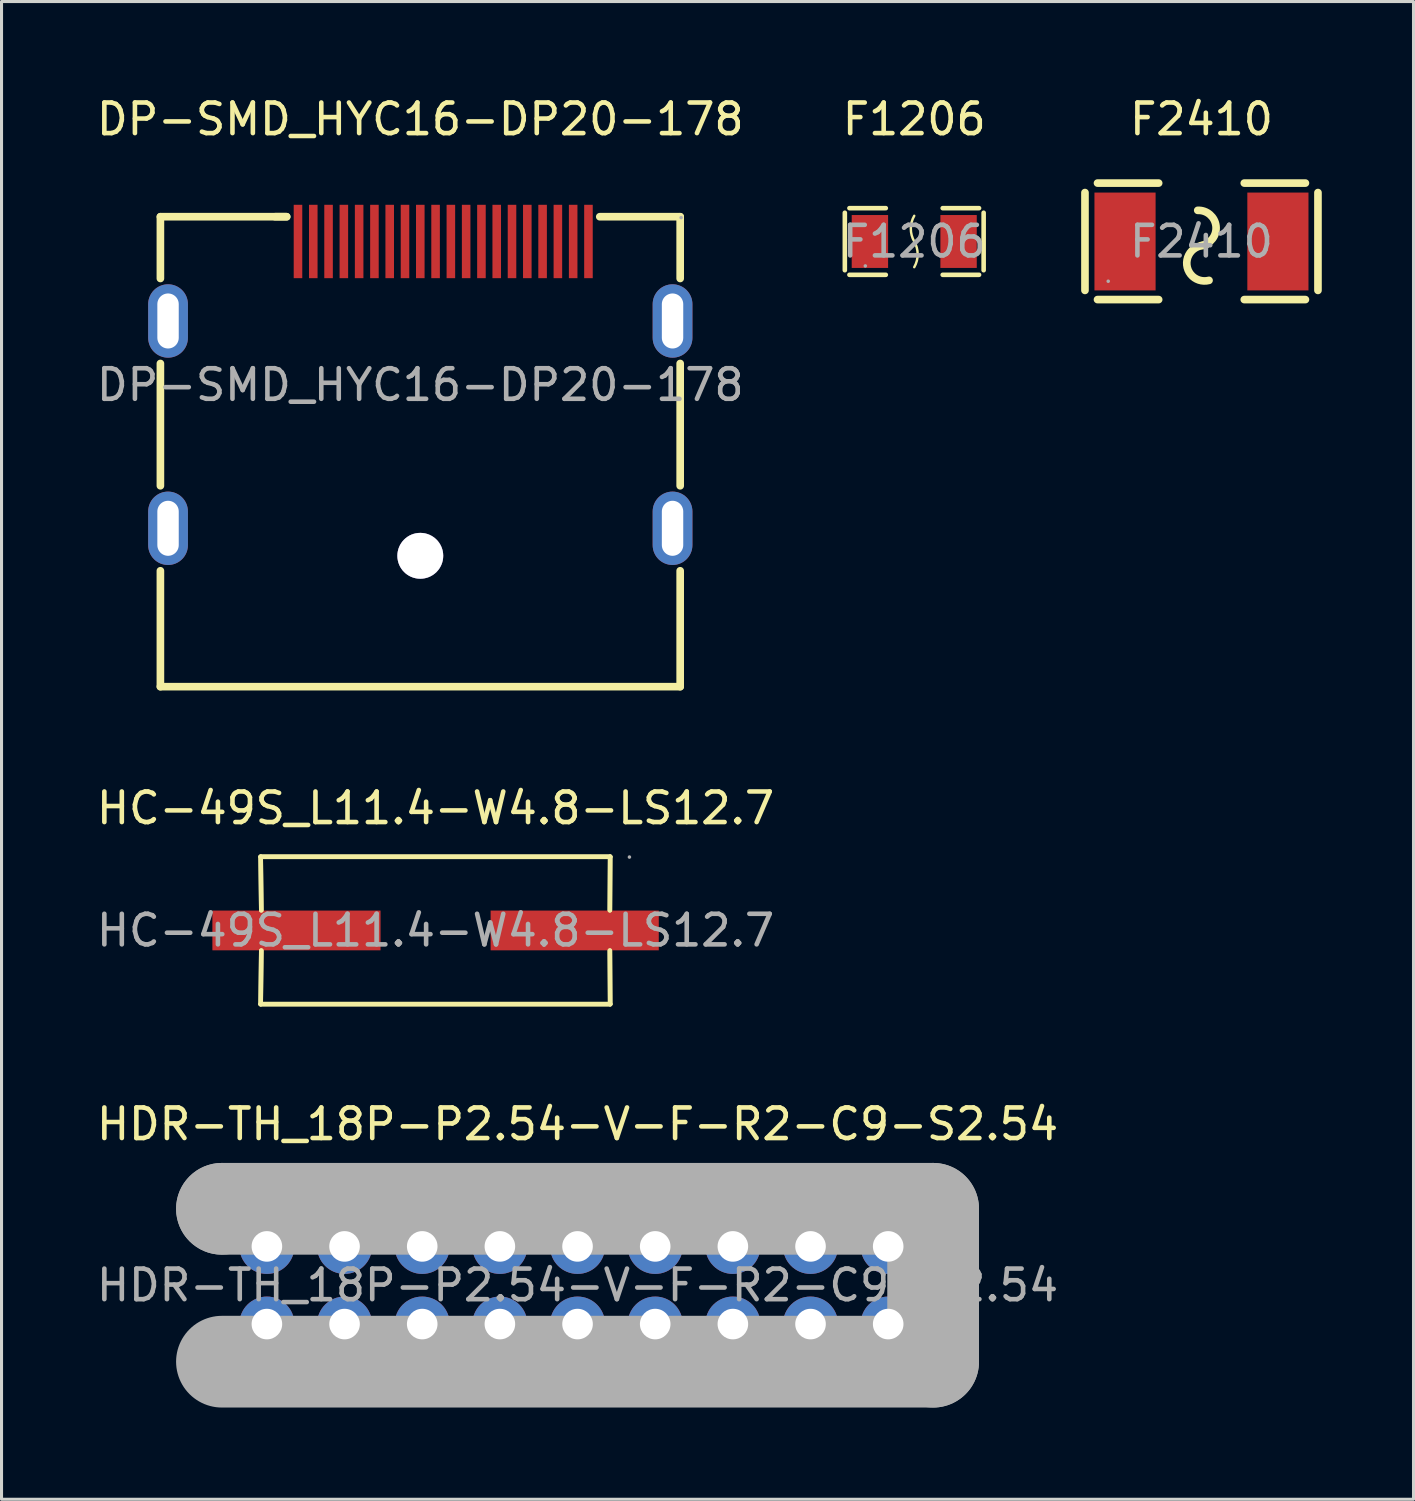
<source format=kicad_pcb>
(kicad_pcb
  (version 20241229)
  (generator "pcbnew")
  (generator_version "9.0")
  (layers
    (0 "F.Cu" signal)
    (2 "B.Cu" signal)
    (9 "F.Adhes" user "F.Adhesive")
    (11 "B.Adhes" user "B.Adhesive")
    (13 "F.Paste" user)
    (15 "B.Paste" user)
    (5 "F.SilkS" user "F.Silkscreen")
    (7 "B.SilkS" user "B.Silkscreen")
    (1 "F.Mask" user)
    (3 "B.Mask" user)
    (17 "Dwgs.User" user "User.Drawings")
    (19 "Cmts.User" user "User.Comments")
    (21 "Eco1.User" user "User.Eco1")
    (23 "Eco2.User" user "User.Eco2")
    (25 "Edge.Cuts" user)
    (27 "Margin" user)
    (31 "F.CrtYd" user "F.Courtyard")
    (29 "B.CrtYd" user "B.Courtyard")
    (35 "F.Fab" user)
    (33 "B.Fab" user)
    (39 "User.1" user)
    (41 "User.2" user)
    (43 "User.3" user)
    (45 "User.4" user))
  (footprint "HC-49S_L11.4-W4.8-LS12.7"
    (layer "F.Cu")
    (at 11.196 27.381)
    (property "Reference" "HC-49S_L11.4-W4.8-LS12.7" (at 0 -4 0) (layer "F.SilkS") (effects (font (size 1 1) (thickness 0.15))))
    (attr smd)
    (fp_line (start -5.72 -2.41) (end -5.7 -0.66) (stroke (width 0.15) (type solid)) (layer "F.SilkS"))
    (fp_line (start -5.72 -2.41) (end -5.7 -0.66) (stroke (width 0.15) (type solid)) (layer "F.SilkS"))
    (fp_line (start -5.72 2.41) (end 5.71 2.41) (stroke (width 0.15) (type solid)) (layer "F.SilkS"))
    (fp_line (start -5.72 2.41) (end 5.71 2.41) (stroke (width 0.15) (type solid)) (layer "F.SilkS"))
    (fp_line (start -5.7 0.66) (end -5.72 2.41) (stroke (width 0.15) (type solid)) (layer "F.SilkS"))
    (fp_line (start -5.7 0.66) (end -5.72 2.41) (stroke (width 0.15) (type solid)) (layer "F.SilkS"))
    (fp_line (start 5.7 -0.66) (end 5.71 -2.41) (stroke (width 0.15) (type solid)) (layer "F.SilkS"))
    (fp_line (start 5.7 -0.66) (end 5.71 -2.41) (stroke (width 0.15) (type solid)) (layer "F.SilkS"))
    (fp_line (start 5.71 -2.41) (end -5.72 -2.41) (stroke (width 0.15) (type solid)) (layer "F.SilkS"))
    (fp_line (start 5.71 -2.41) (end -5.72 -2.41) (stroke (width 0.15) (type solid)) (layer "F.SilkS"))
    (fp_line (start 5.71 2.41) (end 5.7 0.66) (stroke (width 0.15) (type solid)) (layer "F.SilkS"))
    (fp_line (start 5.71 2.41) (end 5.7 0.66) (stroke (width 0.15) (type solid)) (layer "F.SilkS"))
    (fp_circle (center 6.34 -2.4) (end 6.37 -2.4) (stroke (width 0.06) (type solid)) (fill no) (layer "F.Fab"))
    (fp_text user "${REFERENCE}" (at 0 0 0) (layer "F.Fab") (effects (font (size 1 1) (thickness 0.15))))
    (pad "1" smd rect (at -4.55 0) (size 5.5 1.3) (layers "F.Cu" "F.Mask" "F.Paste"))
    (pad "2" smd rect (at 4.55 0) (size 5.5 1.3) (layers "F.Cu" "F.Mask" "F.Paste")))
  (footprint "HDR-TH_18P-P2.54-V-F-R2-C9-S2.54"
    (layer "F.Cu")
    (at 15.839 38.985)
    (property "Reference" "HDR-TH_18P-P2.54-V-F-R2-C9-S2.54" (at 0 -5.27 0) (layer "F.SilkS") (effects (font (size 1 1) (thickness 0.15))))
    (attr through_hole)
    (fp_circle (center -11.05 2.79) (end -10.87 2.79) (stroke (width 0.25) (type solid)) (fill no) (layer "F.SilkS"))
    (fp_line (start -11.63 -2.5) (end -11.63 -2.5) (stroke (width 3) (type solid)) (layer "F.Fab"))
    (fp_line (start -11.63 -2.5) (end 11.63 -2.5) (stroke (width 3) (type solid)) (layer "F.Fab"))
    (fp_line (start 11.63 -2.5) (end 11.63 2.5) (stroke (width 3) (type solid)) (layer "F.Fab"))
    (fp_line (start 11.63 2.5) (end -11.63 2.5) (stroke (width 3) (type solid)) (layer "F.Fab"))
    (fp_circle (center -11.63 2.5) (end -11.6 2.5) (stroke (width 0.06) (type solid)) (fill no) (layer "F.Fab"))
    (fp_text user "${REFERENCE}" (at 0 0 0) (layer "F.Fab") (effects (font (size 1 1) (thickness 0.15))))
    (pad "1" thru_hole circle (at -10.16 1.27) (size 1.8 1.8) (drill 1) (layers "*.Cu" "*.Mask"))
    (pad "2" thru_hole circle (at -10.16 -1.27) (size 1.8 1.8) (drill 1) (layers "*.Cu" "*.Mask"))
    (pad "3" thru_hole circle (at -7.62 1.27) (size 1.8 1.8) (drill 1) (layers "*.Cu" "*.Mask"))
    (pad "4" thru_hole circle (at -7.62 -1.27) (size 1.8 1.8) (drill 1) (layers "*.Cu" "*.Mask"))
    (pad "5" thru_hole circle (at -5.08 1.27) (size 1.8 1.8) (drill 1) (layers "*.Cu" "*.Mask"))
    (pad "6" thru_hole circle (at -5.08 -1.27) (size 1.8 1.8) (drill 1) (layers "*.Cu" "*.Mask"))
    (pad "7" thru_hole circle (at -2.54 1.27) (size 1.8 1.8) (drill 1) (layers "*.Cu" "*.Mask"))
    (pad "8" thru_hole circle (at -2.54 -1.27) (size 1.8 1.8) (drill 1) (layers "*.Cu" "*.Mask"))
    (pad "9" thru_hole circle (at 0 1.27) (size 1.8 1.8) (drill 1) (layers "*.Cu" "*.Mask"))
    (pad "10" thru_hole circle (at 0 -1.27) (size 1.8 1.8) (drill 1) (layers "*.Cu" "*.Mask"))
    (pad "11" thru_hole circle (at 2.54 1.27) (size 1.8 1.8) (drill 1) (layers "*.Cu" "*.Mask"))
    (pad "12" thru_hole circle (at 2.54 -1.27) (size 1.8 1.8) (drill 1) (layers "*.Cu" "*.Mask"))
    (pad "13" thru_hole circle (at 5.08 1.27) (size 1.8 1.8) (drill 1) (layers "*.Cu" "*.Mask"))
    (pad "14" thru_hole circle (at 5.08 -1.27) (size 1.8 1.8) (drill 1) (layers "*.Cu" "*.Mask"))
    (pad "15" thru_hole circle (at 7.62 1.27) (size 1.8 1.8) (drill 1) (layers "*.Cu" "*.Mask"))
    (pad "16" thru_hole circle (at 7.62 -1.27) (size 1.8 1.8) (drill 1) (layers "*.Cu" "*.Mask"))
    (pad "17" thru_hole circle (at 10.16 1.27) (size 1.8 1.8) (drill 1) (layers "*.Cu" "*.Mask"))
    (pad "18" thru_hole circle (at 10.16 -1.27) (size 1.8 1.8) (drill 1) (layers "*.Cu" "*.Mask")))
  (footprint "F2410"
    (layer "F.Cu")
    (at 36.245 4.848)
    (property "Reference" "F2410" (at 0 -4 0) (layer "F.SilkS") (effects (font (size 1 1) (thickness 0.15))))
    (attr smd)
    (fp_line (start -3.81 -1.6) (end -3.81 1.6) (stroke (width 0.25) (type solid)) (layer "F.SilkS"))
    (fp_line (start -3.4 -1.91) (end -1.4 -1.91) (stroke (width 0.25) (type solid)) (layer "F.SilkS"))
    (fp_line (start -3.4 1.9) (end -1.4 1.9) (stroke (width 0.25) (type solid)) (layer "F.SilkS"))
    (fp_line (start 1.4 -1.91) (end 3.4 -1.91) (stroke (width 0.25) (type solid)) (layer "F.SilkS"))
    (fp_line (start 1.4 1.9) (end 3.4 1.9) (stroke (width 0.25) (type solid)) (layer "F.SilkS"))
    (fp_line (start 3.81 -1.6) (end 3.81 1.6) (stroke (width 0.25) (type solid)) (layer "F.SilkS"))
    (fp_arc (start -0.121919 -1.01829) (mid 0.475471 -0.5011) (end 0 0.13) (stroke (width 0.25) (type solid)) (layer "F.SilkS"))
    (fp_arc (start 0.247073 1.271845) (mid -0.477747 0.769236) (end 0.13 0.13) (stroke (width 0.25) (type solid)) (layer "F.SilkS"))
    (fp_circle (center -3.05 1.3) (end -3.02 1.3) (stroke (width 0.06) (type solid)) (fill no) (layer "F.Fab"))
    (fp_text user "${REFERENCE}" (at 0 0 0) (layer "F.Fab") (effects (font (size 1 1) (thickness 0.15))))
    (pad "1" smd rect (at -2.5 0) (size 2 3.2) (layers "F.Cu" "F.Mask" "F.Paste"))
    (pad "2" smd rect (at 2.5 0) (size 2 3.2) (layers "F.Cu" "F.Mask" "F.Paste")))
  (footprint "DP-SMD_HYC16-DP20-178"
    (layer "F.Cu")
    (at 10.696 9.538)
    (property "Reference" "DP-SMD_HYC16-DP20-178" (at 0 -8.69 0) (layer "F.SilkS") (effects (font (size 1 1) (thickness 0.15))))
    (attr through_hole)
    (fp_line (start -8.5 -5.5) (end -8.5 -3.48) (stroke (width 0.25) (type solid)) (layer "F.SilkS"))
    (fp_line (start -8.5 -0.7) (end -8.5 3.3) (stroke (width 0.25) (type solid)) (layer "F.SilkS"))
    (fp_line (start -8.5 6.08) (end -8.5 9.87) (stroke (width 0.25) (type solid)) (layer "F.SilkS"))
    (fp_line (start -4.37 -5.5) (end -8.5 -5.5) (stroke (width 0.25) (type solid)) (layer "F.SilkS"))
    (fp_line (start -4.37 -5.5) (end -4.75 -5.5) (stroke (width 0.25) (type solid)) (layer "F.SilkS"))
    (fp_line (start 5.87 -5.5) (end 8.5 -5.5) (stroke (width 0.25) (type solid)) (layer "F.SilkS"))
    (fp_line (start 8.5 -5.5) (end 8.5 -3.48) (stroke (width 0.25) (type solid)) (layer "F.SilkS"))
    (fp_line (start 8.5 -0.7) (end 8.5 3.3) (stroke (width 0.25) (type solid)) (layer "F.SilkS"))
    (fp_line (start 8.5 6.08) (end 8.5 9.87) (stroke (width 0.25) (type solid)) (layer "F.SilkS"))
    (fp_line (start 8.5 9.87) (end -8.5 9.87) (stroke (width 0.25) (type solid)) (layer "F.SilkS"))
    (fp_circle (center 0 5.59) (end 0.33 5.59) (stroke (width 0.65) (type solid)) (fill no) (layer "F.Fab"))
    (fp_circle (center 8.53 -5.47) (end 8.56 -5.47) (stroke (width 0.06) (type solid)) (fill no) (layer "F.Fab"))
    (fp_text user "${REFERENCE}" (at 0 0 0) (layer "F.Fab") (effects (font (size 1 1) (thickness 0.15))))
    (pad "" thru_hole circle (at 0 5.59) (size 1.5 1.5) (drill 1.5) (layers "*.Cu" "*.Mask"))
    (pad "1" smd rect (at 5.5 -4.69) (size 0.28 2.4) (layers "F.Cu" "F.Mask" "F.Paste"))
    (pad "2" smd rect (at 5 -4.69) (size 0.28 2.4) (layers "F.Cu" "F.Mask" "F.Paste"))
    (pad "3" smd rect (at 4.5 -4.69) (size 0.28 2.4) (layers "F.Cu" "F.Mask" "F.Paste"))
    (pad "4" smd rect (at 4 -4.69) (size 0.28 2.4) (layers "F.Cu" "F.Mask" "F.Paste"))
    (pad "5" smd rect (at 3.5 -4.69) (size 0.28 2.4) (layers "F.Cu" "F.Mask" "F.Paste"))
    (pad "6" smd rect (at 3 -4.69) (size 0.28 2.4) (layers "F.Cu" "F.Mask" "F.Paste"))
    (pad "7" smd rect (at 2.5 -4.69) (size 0.28 2.4) (layers "F.Cu" "F.Mask" "F.Paste"))
    (pad "8" smd rect (at 2 -4.69) (size 0.28 2.4) (layers "F.Cu" "F.Mask" "F.Paste"))
    (pad "9" smd rect (at 1.5 -4.69) (size 0.28 2.4) (layers "F.Cu" "F.Mask" "F.Paste"))
    (pad "10" smd rect (at 1 -4.69) (size 0.28 2.4) (layers "F.Cu" "F.Mask" "F.Paste"))
    (pad "11" smd rect (at 0.5 -4.69) (size 0.28 2.4) (layers "F.Cu" "F.Mask" "F.Paste"))
    (pad "12" smd rect (at 0 -4.69) (size 0.28 2.4) (layers "F.Cu" "F.Mask" "F.Paste"))
    (pad "13" smd rect (at -0.5 -4.69) (size 0.28 2.4) (layers "F.Cu" "F.Mask" "F.Paste"))
    (pad "14" smd rect (at -1 -4.69) (size 0.28 2.4) (layers "F.Cu" "F.Mask" "F.Paste"))
    (pad "15" smd rect (at -1.5 -4.69) (size 0.28 2.4) (layers "F.Cu" "F.Mask" "F.Paste"))
    (pad "16" smd rect (at -2 -4.69) (size 0.28 2.4) (layers "F.Cu" "F.Mask" "F.Paste"))
    (pad "17" smd rect (at -2.5 -4.69) (size 0.28 2.4) (layers "F.Cu" "F.Mask" "F.Paste"))
    (pad "18" smd rect (at -3 -4.69) (size 0.28 2.4) (layers "F.Cu" "F.Mask" "F.Paste"))
    (pad "19" smd rect (at -3.5 -4.69) (size 0.28 2.4) (layers "F.Cu" "F.Mask" "F.Paste"))
    (pad "20" smd rect (at -4 -4.69) (size 0.28 2.4) (layers "F.Cu" "F.Mask" "F.Paste"))
    (pad "21" thru_hole oval (at -8.25 -2.09) (size 1.3 2.4) (drill oval 0.7 1.8) (layers "*.Cu" "*.Paste" "*.Mask"))
    (pad "22" thru_hole oval (at -8.25 4.69) (size 1.3 2.4) (drill oval 0.7 1.8) (layers "*.Cu" "*.Paste" "*.Mask"))
    (pad "23" thru_hole oval (at 8.25 4.69) (size 1.3 2.4) (drill oval 0.7 1.8) (layers "*.Cu" "*.Paste" "*.Mask"))
    (pad "24" thru_hole oval (at 8.25 -2.09) (size 1.3 2.4) (drill oval 0.7 1.8) (layers "*.Cu" "*.Paste" "*.Mask")))
  (footprint "F1206"
    (layer "F.Cu")
    (at 26.851 4.848)
    (property "Reference" "F1206" (at 0 -4 0) (layer "F.SilkS") (effects (font (size 1 1) (thickness 0.15))))
    (attr smd)
    (fp_line (start -2.27 -0.94) (end -2.27 0.94) (stroke (width 0.15) (type solid)) (layer "F.SilkS"))
    (fp_line (start -2.12 1.09) (end -0.93 1.09) (stroke (width 0.15) (type solid)) (layer "F.SilkS"))
    (fp_line (start -0.93 -1.09) (end -2.12 -1.09) (stroke (width 0.15) (type solid)) (layer "F.SilkS"))
    (fp_line (start 0.93 -1.09) (end 2.12 -1.09) (stroke (width 0.15) (type solid)) (layer "F.SilkS"))
    (fp_line (start 2.12 1.09) (end 0.93 1.09) (stroke (width 0.15) (type solid)) (layer "F.SilkS"))
    (fp_line (start 2.27 -0.94) (end 2.27 0.94) (stroke (width 0.15) (type solid)) (layer "F.SilkS"))
    (fp_arc (start -0.001269 -0.002199) (mid 0.112199 0.418731) (end 0 0.84) (stroke (width 0.08) (type solid)) (layer "F.SilkS"))
    (fp_arc (start 0.001269 0.002199) (mid -0.112199 -0.418731) (end 0 -0.84) (stroke (width 0.08) (type solid)) (layer "F.SilkS"))
    (fp_circle (center -1.6 0.8) (end -1.57 0.8) (stroke (width 0.06) (type solid)) (fill no) (layer "F.Fab"))
    (fp_text user "${REFERENCE}" (at 0 0 0) (layer "F.Fab") (effects (font (size 1 1) (thickness 0.15))))
    (pad "1" smd rect (at -1.45 0) (size 1.19 1.73) (layers "F.Cu" "F.Mask" "F.Paste"))
    (pad "2" smd rect (at 1.45 0) (size 1.19 1.73) (layers "F.Cu" "F.Mask" "F.Paste")))
  (gr_rect
    (start -3 -3)
    (end 43.18 45.985)
    (stroke (width 0.1) (type default))
    (fill no)
    (layer "Edge.Cuts")))
</source>
